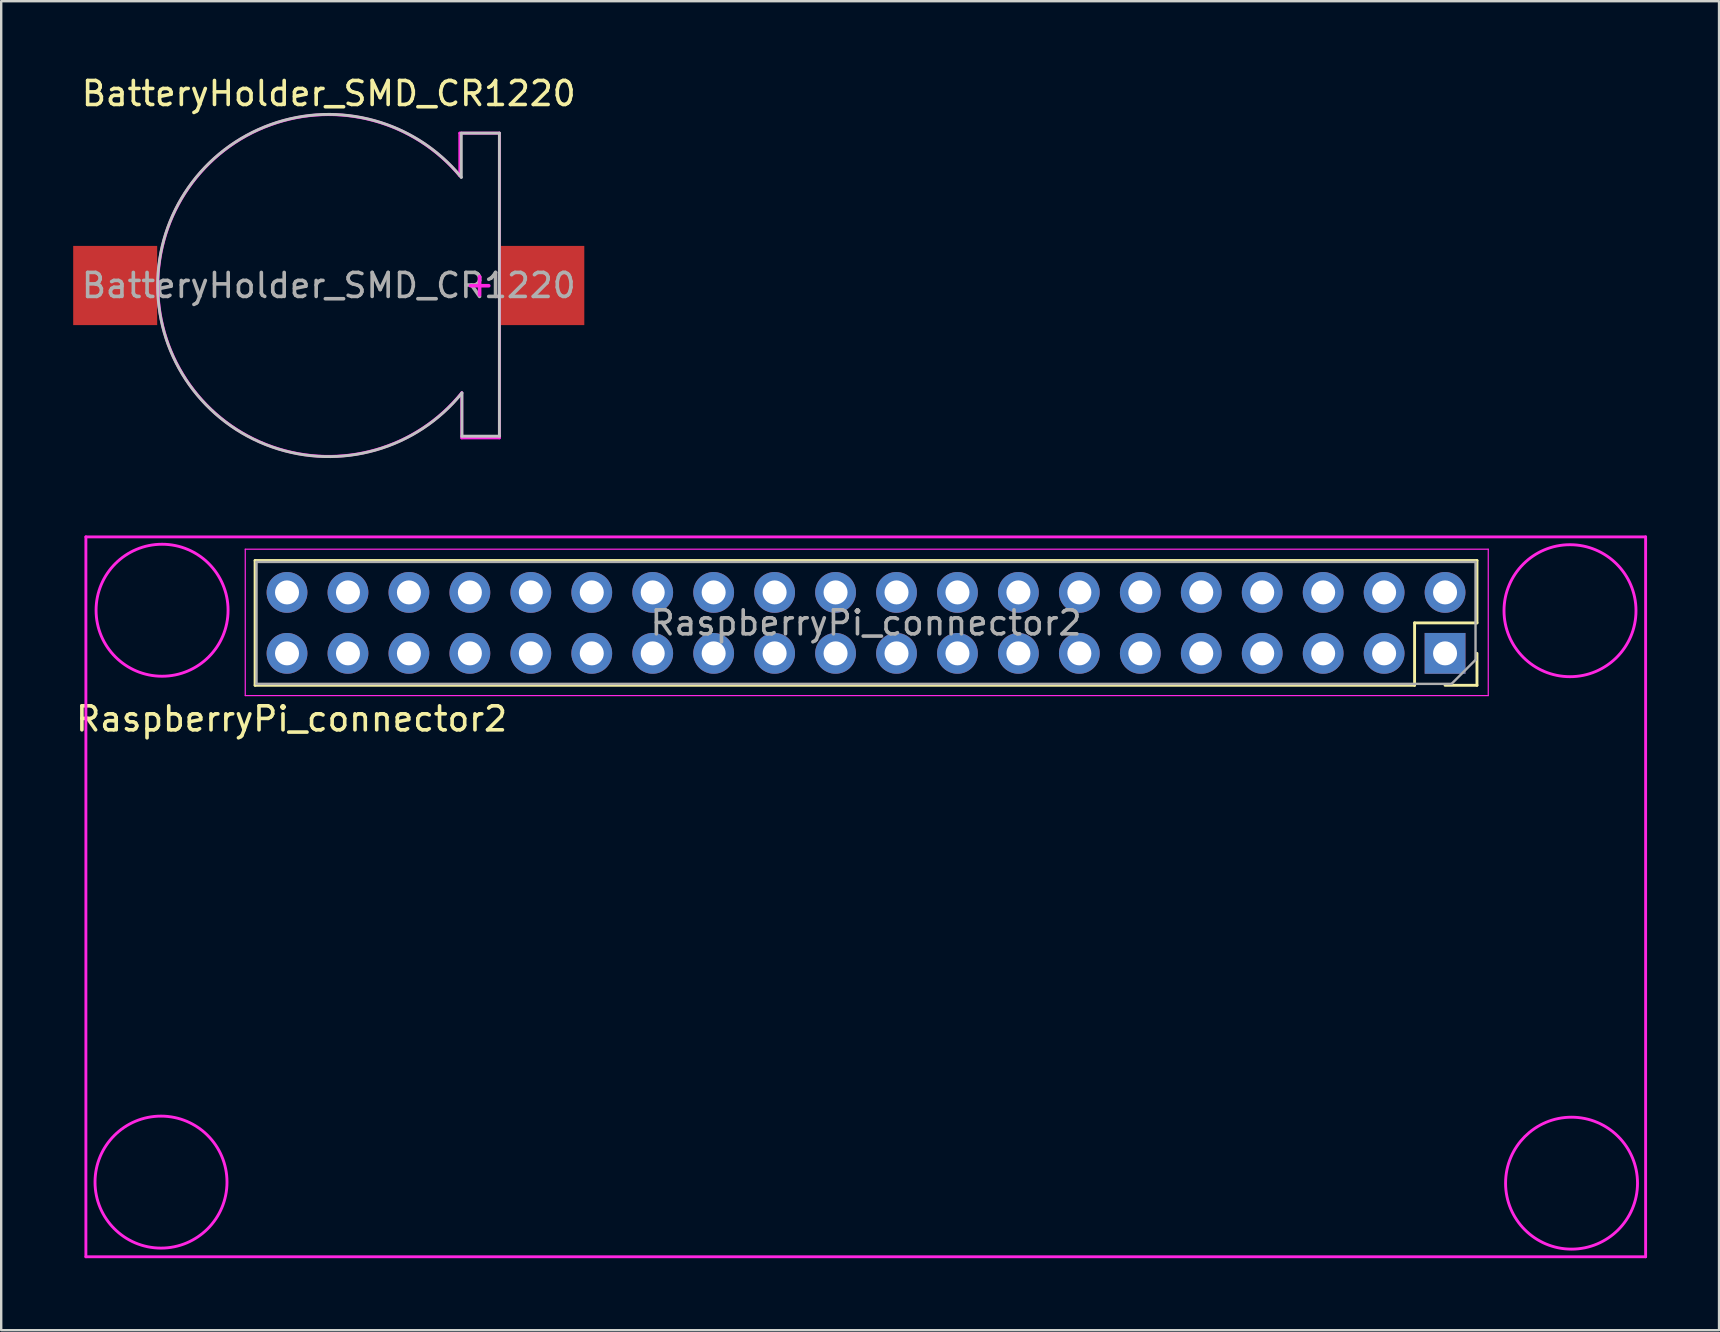
<source format=kicad_pcb>
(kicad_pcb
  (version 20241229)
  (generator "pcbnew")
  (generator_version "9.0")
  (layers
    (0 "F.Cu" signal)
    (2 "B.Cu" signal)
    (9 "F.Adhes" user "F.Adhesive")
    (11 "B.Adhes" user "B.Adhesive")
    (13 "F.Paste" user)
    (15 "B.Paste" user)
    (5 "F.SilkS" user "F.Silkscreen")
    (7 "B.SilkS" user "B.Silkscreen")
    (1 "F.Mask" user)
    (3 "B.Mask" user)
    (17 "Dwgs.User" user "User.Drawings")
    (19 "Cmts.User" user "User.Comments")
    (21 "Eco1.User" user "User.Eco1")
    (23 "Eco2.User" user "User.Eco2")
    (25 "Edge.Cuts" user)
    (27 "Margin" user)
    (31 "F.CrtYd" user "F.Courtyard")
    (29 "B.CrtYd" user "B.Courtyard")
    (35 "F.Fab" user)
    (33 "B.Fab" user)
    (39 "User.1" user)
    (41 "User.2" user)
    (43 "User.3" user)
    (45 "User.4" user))
  (footprint "RaspberryPi_connector2"
    (layer "F.Cu")
    (at 0.529 19.289)
    (property "Reference" "RaspberryPi_connector2" (at 8.572 7.62 0) (layer "F.SilkS") (effects (font (size 1 1) (thickness 0.15))))
    (attr through_hole)
    (fp_line (start 7.052 1.02) (end 7.052 6.22) (stroke (width 0.12) (type solid)) (layer "F.SilkS"))
    (fp_line (start 55.372 3.619) (end 55.372 6.22) (stroke (width 0.12) (type solid)) (layer "F.SilkS"))
    (fp_line (start 55.372 6.22) (end 7.052 6.22) (stroke (width 0.12) (type solid)) (layer "F.SilkS"))
    (fp_line (start 57.972 1.02) (end 7.052 1.02) (stroke (width 0.12) (type solid)) (layer "F.SilkS"))
    (fp_line (start 57.972 1.02) (end 57.972 3.619) (stroke (width 0.12) (type solid)) (layer "F.SilkS"))
    (fp_line (start 57.972 3.619) (end 55.372 3.619) (stroke (width 0.12) (type solid)) (layer "F.SilkS"))
    (fp_line (start 57.972 4.889) (end 57.972 6.22) (stroke (width 0.12) (type solid)) (layer "F.SilkS"))
    (fp_line (start 57.972 6.22) (end 56.642 6.22) (stroke (width 0.12) (type solid)) (layer "F.SilkS"))
    (fp_line (start 0 0.035) (end 65 0.035) (stroke (width 0.12) (type solid)) (layer "F.CrtYd"))
    (fp_line (start 0 30.035) (end 0 0.035) (stroke (width 0.12) (type solid)) (layer "F.CrtYd"))
    (fp_line (start 6.642 0.549) (end 58.442 0.549) (stroke (width 0.05) (type solid)) (layer "F.CrtYd"))
    (fp_line (start 6.642 6.649) (end 6.642 0.549) (stroke (width 0.05) (type solid)) (layer "F.CrtYd"))
    (fp_line (start 58.442 0.549) (end 58.442 6.649) (stroke (width 0.05) (type solid)) (layer "F.CrtYd"))
    (fp_line (start 58.442 6.649) (end 6.642 6.649) (stroke (width 0.05) (type solid)) (layer "F.CrtYd"))
    (fp_line (start 65 0.035) (end 65 30.035) (stroke (width 0.12) (type solid)) (layer "F.CrtYd"))
    (fp_line (start 65 30.035) (end 0 30.035) (stroke (width 0.12) (type solid)) (layer "F.CrtYd"))
    (fp_circle (center 3.131 26.924) (end 5.881 26.924) (stroke (width 0.12) (type solid)) (fill no) (layer "F.CrtYd"))
    (fp_circle (center 3.175 3.092) (end 5.925 3.092) (stroke (width 0.12) (type solid)) (fill no) (layer "F.CrtYd"))
    (fp_circle (center 61.849 3.111) (end 64.599 3.111) (stroke (width 0.12) (type solid)) (fill no) (layer "F.CrtYd"))
    (fp_circle (center 61.913 26.968) (end 64.662 26.968) (stroke (width 0.12) (type solid)) (fill no) (layer "F.CrtYd"))
    (fp_line (start 7.112 1.079) (end 57.912 1.079) (stroke (width 0.1) (type solid)) (layer "F.Fab"))
    (fp_line (start 7.112 6.16) (end 7.112 1.079) (stroke (width 0.1) (type solid)) (layer "F.Fab"))
    (fp_line (start 56.912 6.16) (end 7.112 6.16) (stroke (width 0.1) (type solid)) (layer "F.Fab"))
    (fp_line (start 57.912 1.079) (end 57.912 5.16) (stroke (width 0.1) (type solid)) (layer "F.Fab"))
    (fp_line (start 57.912 5.16) (end 56.912 6.16) (stroke (width 0.1) (type solid)) (layer "F.Fab"))
    (fp_text user "${REFERENCE}" (at 32.512 3.619 0) (layer "F.Fab") (effects (font (size 1 1) (thickness 0.15))))
    (pad "1" thru_hole rect (at 56.642 4.889 270) (size 1.7 1.7) (drill 1) (layers "*.Cu" "*.Mask"))
    (pad "2" thru_hole oval (at 56.642 2.349 270) (size 1.7 1.7) (drill 1) (layers "*.Cu" "*.Mask"))
    (pad "3" thru_hole oval (at 54.102 4.889 270) (size 1.7 1.7) (drill 1) (layers "*.Cu" "*.Mask"))
    (pad "4" thru_hole oval (at 54.102 2.349 270) (size 1.7 1.7) (drill 1) (layers "*.Cu" "*.Mask"))
    (pad "5" thru_hole oval (at 51.562 4.889 270) (size 1.7 1.7) (drill 1) (layers "*.Cu" "*.Mask"))
    (pad "6" thru_hole oval (at 51.562 2.349 270) (size 1.7 1.7) (drill 1) (layers "*.Cu" "*.Mask"))
    (pad "7" thru_hole oval (at 49.022 4.889 270) (size 1.7 1.7) (drill 1) (layers "*.Cu" "*.Mask"))
    (pad "8" thru_hole oval (at 49.022 2.349 270) (size 1.7 1.7) (drill 1) (layers "*.Cu" "*.Mask"))
    (pad "9" thru_hole oval (at 46.482 4.889 270) (size 1.7 1.7) (drill 1) (layers "*.Cu" "*.Mask"))
    (pad "10" thru_hole oval (at 46.482 2.349 270) (size 1.7 1.7) (drill 1) (layers "*.Cu" "*.Mask"))
    (pad "11" thru_hole oval (at 43.942 4.889 270) (size 1.7 1.7) (drill 1) (layers "*.Cu" "*.Mask"))
    (pad "12" thru_hole oval (at 43.942 2.349 270) (size 1.7 1.7) (drill 1) (layers "*.Cu" "*.Mask"))
    (pad "13" thru_hole oval (at 41.402 4.889 270) (size 1.7 1.7) (drill 1) (layers "*.Cu" "*.Mask"))
    (pad "14" thru_hole oval (at 41.402 2.349 270) (size 1.7 1.7) (drill 1) (layers "*.Cu" "*.Mask"))
    (pad "15" thru_hole oval (at 38.862 4.889 270) (size 1.7 1.7) (drill 1) (layers "*.Cu" "*.Mask"))
    (pad "16" thru_hole oval (at 38.862 2.349 270) (size 1.7 1.7) (drill 1) (layers "*.Cu" "*.Mask"))
    (pad "17" thru_hole oval (at 36.322 4.889 270) (size 1.7 1.7) (drill 1) (layers "*.Cu" "*.Mask"))
    (pad "18" thru_hole oval (at 36.322 2.349 270) (size 1.7 1.7) (drill 1) (layers "*.Cu" "*.Mask"))
    (pad "19" thru_hole oval (at 33.782 4.889 270) (size 1.7 1.7) (drill 1) (layers "*.Cu" "*.Mask"))
    (pad "20" thru_hole oval (at 33.782 2.349 270) (size 1.7 1.7) (drill 1) (layers "*.Cu" "*.Mask"))
    (pad "21" thru_hole oval (at 31.242 4.889 270) (size 1.7 1.7) (drill 1) (layers "*.Cu" "*.Mask"))
    (pad "22" thru_hole oval (at 31.242 2.349 270) (size 1.7 1.7) (drill 1) (layers "*.Cu" "*.Mask"))
    (pad "23" thru_hole oval (at 28.702 4.889 270) (size 1.7 1.7) (drill 1) (layers "*.Cu" "*.Mask"))
    (pad "24" thru_hole oval (at 28.702 2.349 270) (size 1.7 1.7) (drill 1) (layers "*.Cu" "*.Mask"))
    (pad "25" thru_hole oval (at 26.162 4.889 270) (size 1.7 1.7) (drill 1) (layers "*.Cu" "*.Mask"))
    (pad "26" thru_hole oval (at 26.162 2.349 270) (size 1.7 1.7) (drill 1) (layers "*.Cu" "*.Mask"))
    (pad "27" thru_hole oval (at 23.622 4.889 270) (size 1.7 1.7) (drill 1) (layers "*.Cu" "*.Mask"))
    (pad "28" thru_hole oval (at 23.622 2.349 270) (size 1.7 1.7) (drill 1) (layers "*.Cu" "*.Mask"))
    (pad "29" thru_hole oval (at 21.082 4.889 270) (size 1.7 1.7) (drill 1) (layers "*.Cu" "*.Mask"))
    (pad "30" thru_hole oval (at 21.082 2.349 270) (size 1.7 1.7) (drill 1) (layers "*.Cu" "*.Mask"))
    (pad "31" thru_hole oval (at 18.542 4.889 270) (size 1.7 1.7) (drill 1) (layers "*.Cu" "*.Mask"))
    (pad "32" thru_hole oval (at 18.542 2.349 270) (size 1.7 1.7) (drill 1) (layers "*.Cu" "*.Mask"))
    (pad "33" thru_hole oval (at 16.002 4.889 270) (size 1.7 1.7) (drill 1) (layers "*.Cu" "*.Mask"))
    (pad "34" thru_hole oval (at 16.002 2.349 270) (size 1.7 1.7) (drill 1) (layers "*.Cu" "*.Mask"))
    (pad "35" thru_hole oval (at 13.462 4.889 270) (size 1.7 1.7) (drill 1) (layers "*.Cu" "*.Mask"))
    (pad "36" thru_hole oval (at 13.462 2.349 270) (size 1.7 1.7) (drill 1) (layers "*.Cu" "*.Mask"))
    (pad "37" thru_hole oval (at 10.922 4.889 270) (size 1.7 1.7) (drill 1) (layers "*.Cu" "*.Mask"))
    (pad "38" thru_hole oval (at 10.922 2.349 270) (size 1.7 1.7) (drill 1) (layers "*.Cu" "*.Mask"))
    (pad "39" thru_hole oval (at 8.382 4.889 270) (size 1.7 1.7) (drill 1) (layers "*.Cu" "*.Mask"))
    (pad "40" thru_hole oval (at 8.382 2.349 270) (size 1.7 1.7) (drill 1) (layers "*.Cu" "*.Mask")))
  (footprint "BatteryHolder_SMD_CR1220"
    (layer "F.Cu")
    (at 10.65 8.848)
    (property "Reference" "BatteryHolder_SMD_CR1220" (at 0 -8 0) (layer "F.SilkS") (effects (font (size 1 1) (thickness 0.15))))
    (attr smd)
    (fp_line (start 5.524 -4.508) (end 5.524 -6.35) (stroke (width 0.12) (type solid)) (layer "Dwgs.User"))
    (fp_line (start 5.55 6.28) (end 5.55 4.478) (stroke (width 0.12) (type solid)) (layer "Dwgs.User"))
    (fp_line (start 5.55 6.28) (end 7.112 6.28) (stroke (width 0.12) (type solid)) (layer "Dwgs.User"))
    (fp_line (start 7.112 -6.35) (end 5.524 -6.35) (stroke (width 0.12) (type solid)) (layer "Dwgs.User"))
    (fp_line (start 7.112 6.28) (end 7.112 -6.35) (stroke (width 0.12) (type solid)) (layer "Dwgs.User"))
    (fp_arc (start 5.549623 4.477537) (mid -7.130656 0.019937) (end 5.524499 -4.508499) (stroke (width 0.12) (type solid)) (layer "Dwgs.User"))
    (fp_line (start 5.461 -6.35) (end 5.461 -4.572) (stroke (width 0.12) (type solid)) (layer "F.CrtYd"))
    (fp_line (start 5.543 4.472) (end 5.543 6.35) (stroke (width 0.12) (type solid)) (layer "F.CrtYd"))
    (fp_line (start 5.543 6.35) (end 7.112 6.35) (stroke (width 0.12) (type solid)) (layer "F.CrtYd"))
    (fp_line (start 7.112 -6.35) (end 5.461 -6.35) (stroke (width 0.12) (type solid)) (layer "F.CrtYd"))
    (fp_line (start 7.112 6.35) (end 7.112 -6.35) (stroke (width 0.12) (type solid)) (layer "F.CrtYd"))
    (fp_arc (start 5.543018 4.472208) (mid -7.121904 0.064586) (end 5.461 -4.571999) (stroke (width 0.12) (type solid)) (layer "F.CrtYd"))
    (fp_text user "+" (at 6.287 -0.064 0) (layer "F.CrtYd") (effects (font (size 1 1) (thickness 0.15))))
    (fp_text user "${REFERENCE}" (at 0 0 0) (layer "F.Fab") (effects (font (size 1 1) (thickness 0.15))))
    (pad "1" smd rect (at 8.9 0) (size 3.5 3.3) (layers "F.Cu" "F.Mask" "F.Paste"))
    (pad "2" smd rect (at -8.9 0) (size 3.5 3.3) (layers "F.Cu" "F.Mask" "F.Paste")))
  (gr_rect
    (start -3 -3)
    (end 68.589 52.384)
    (stroke (width 0.1) (type default))
    (fill no)
    (layer "Edge.Cuts")))
</source>
